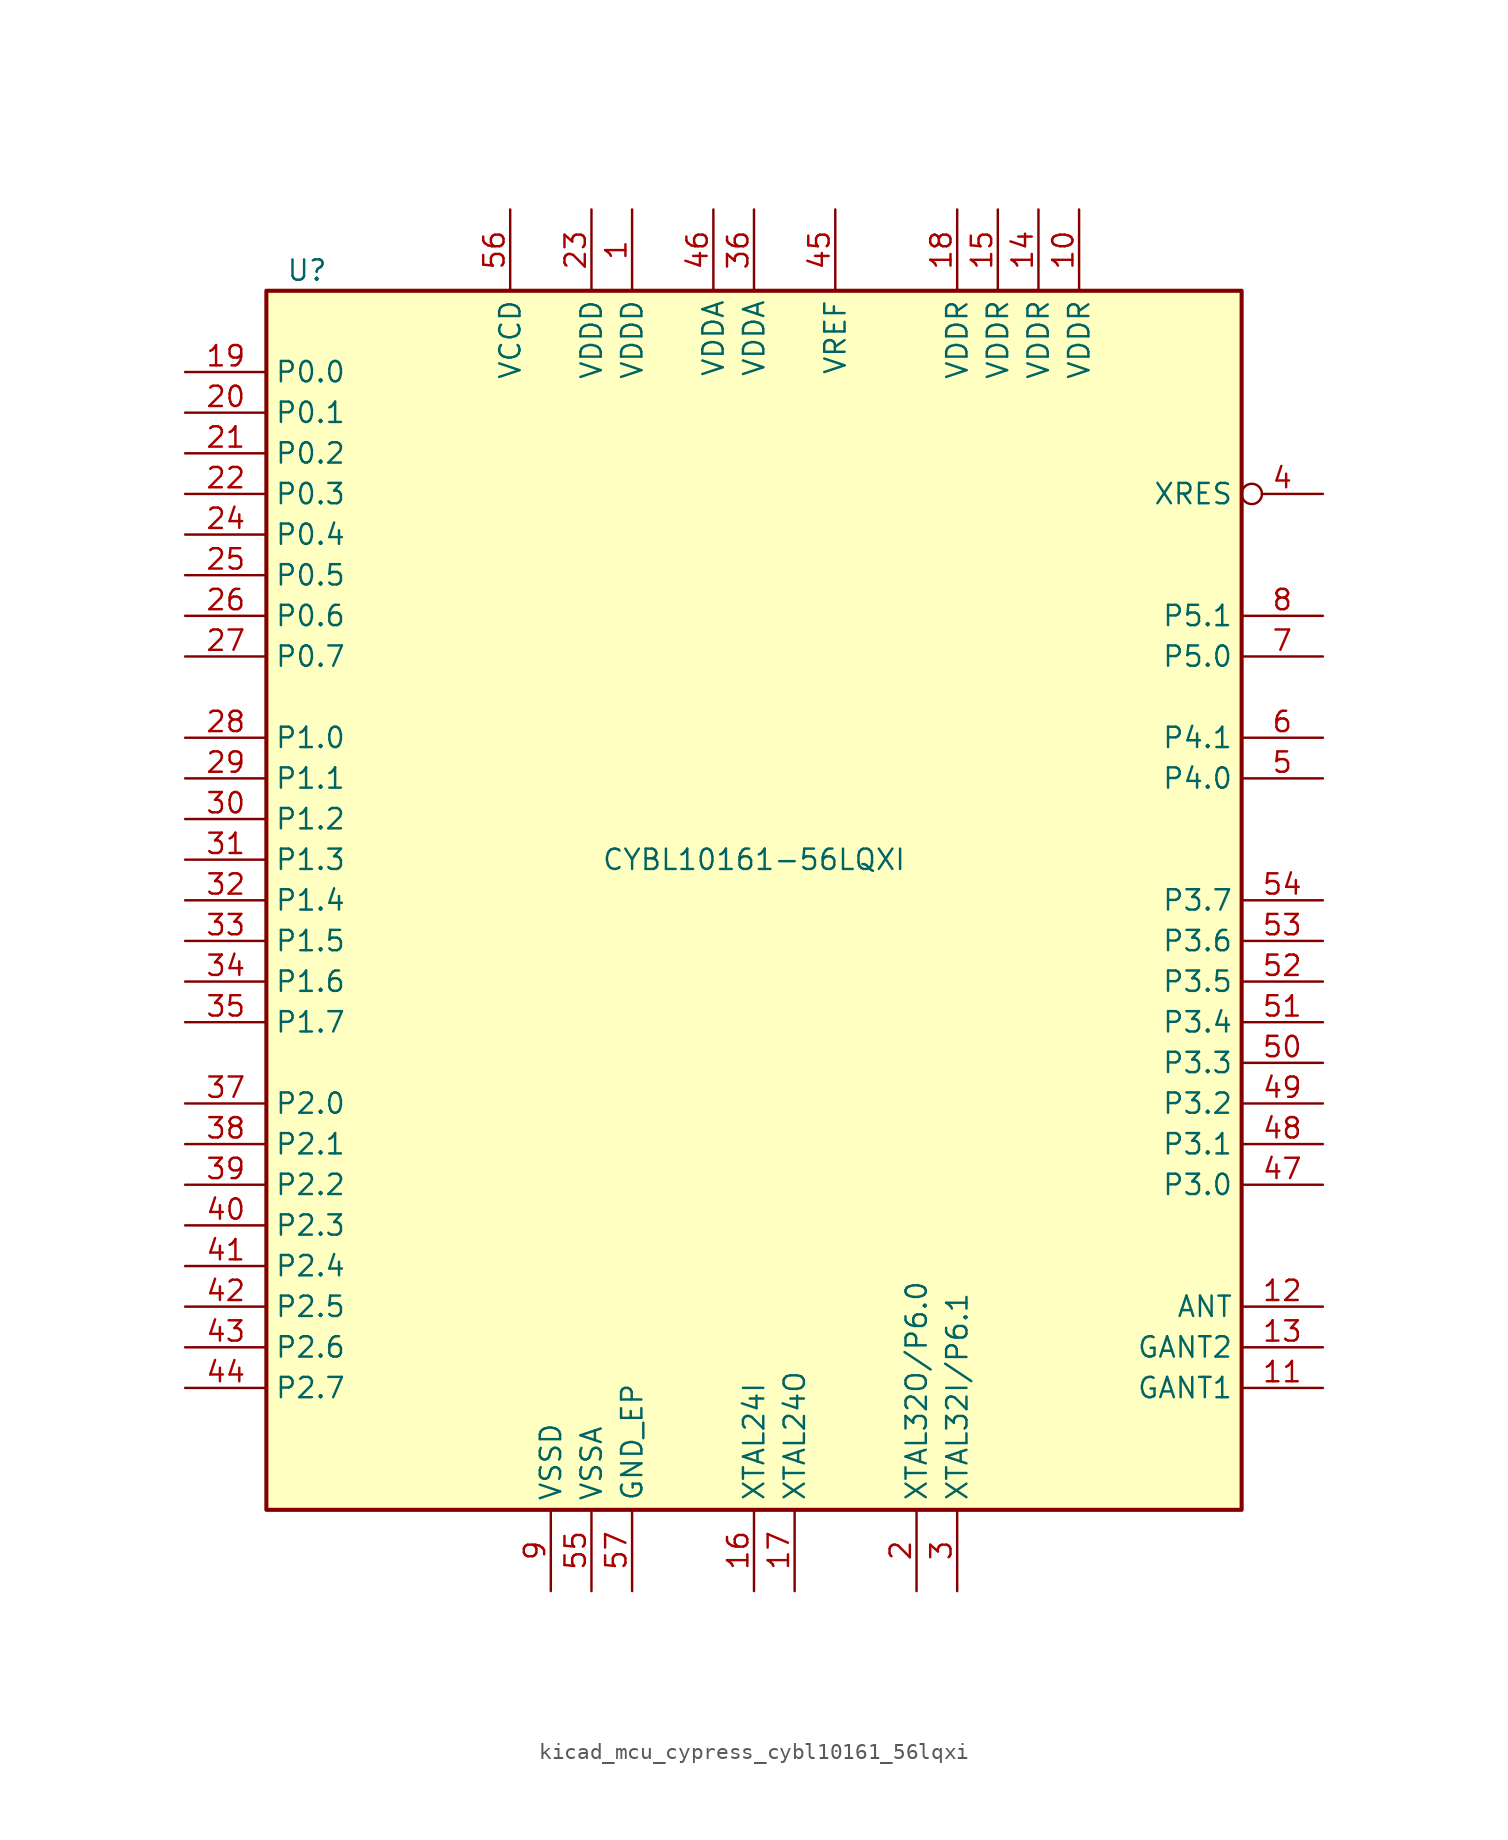
<source format=kicad_sym>
(kicad_symbol_lib
  (version 20220914)
  (generator kicad_symbol_editor)
  (symbol "kicad_mcu_cypress_cybl10161_56lqxi"
    (property "Reference" "U"
      (at -27.94 39.37 0)
      (effects (font (size 1.27 1.27))))
    (property "Value" "CYBL10161-56LQXI"
      (at 0 2.54 0)
      (effects (font (size 1.27 1.27))))
    (symbol "kicad_mcu_cypress_cybl10161_56lqxi_1_0"
      (rectangle (start -30.48 -38.1) (end 30.48 38.1) (stroke (width 0.254) (type default)) (fill (type background))))
    (symbol "kicad_mcu_cypress_cybl10161_56lqxi_1_1"
      (pin power_in line (at -7.62 43.18 270) (length 5.08) (name "VDDD" (effects (font (size 1.27 1.27)))) (number "1" (effects (font (size 1.27 1.27)))))
      (pin power_in line (at 20.32 43.18 270) (length 5.08) (name "VDDR" (effects (font (size 1.27 1.27)))) (number "10" (effects (font (size 1.27 1.27)))))
      (pin power_in line (at 35.56 -30.48 180) (length 5.08) (name "GANT1" (effects (font (size 1.27 1.27)))) (number "11" (effects (font (size 1.27 1.27)))))
      (pin output line (at 35.56 -25.4 180) (length 5.08) (name "ANT" (effects (font (size 1.27 1.27)))) (number "12" (effects (font (size 1.27 1.27)))))
      (pin power_in line (at 35.56 -27.94 180) (length 5.08) (name "GANT2" (effects (font (size 1.27 1.27)))) (number "13" (effects (font (size 1.27 1.27)))))
      (pin power_in line (at 17.78 43.18 270) (length 5.08) (name "VDDR" (effects (font (size 1.27 1.27)))) (number "14" (effects (font (size 1.27 1.27)))))
      (pin power_in line (at 15.24 43.18 270) (length 5.08) (name "VDDR" (effects (font (size 1.27 1.27)))) (number "15" (effects (font (size 1.27 1.27)))))
      (pin input line (at 0 -43.18 90) (length 5.08) (name "XTAL24I" (effects (font (size 1.27 1.27)))) (number "16" (effects (font (size 1.27 1.27)))))
      (pin output line (at 2.54 -43.18 90) (length 5.08) (name "XTAL24O" (effects (font (size 1.27 1.27)))) (number "17" (effects (font (size 1.27 1.27)))))
      (pin power_in line (at 12.7 43.18 270) (length 5.08) (name "VDDR" (effects (font (size 1.27 1.27)))) (number "18" (effects (font (size 1.27 1.27)))))
      (pin bidirectional line (at -35.56 33.02 0) (length 5.08) (name "P0.0" (effects (font (size 1.27 1.27)))) (number "19" (effects (font (size 1.27 1.27)))))
      (pin bidirectional line (at 10.16 -43.18 90) (length 5.08) (name "XTAL32O/P6.0" (effects (font (size 1.27 1.27)))) (number "2" (effects (font (size 1.27 1.27)))))
      (pin bidirectional line (at -35.56 30.48 0) (length 5.08) (name "P0.1" (effects (font (size 1.27 1.27)))) (number "20" (effects (font (size 1.27 1.27)))))
      (pin bidirectional line (at -35.56 27.94 0) (length 5.08) (name "P0.2" (effects (font (size 1.27 1.27)))) (number "21" (effects (font (size 1.27 1.27)))))
      (pin bidirectional line (at -35.56 25.4 0) (length 5.08) (name "P0.3" (effects (font (size 1.27 1.27)))) (number "22" (effects (font (size 1.27 1.27)))))
      (pin power_in line (at -10.16 43.18 270) (length 5.08) (name "VDDD" (effects (font (size 1.27 1.27)))) (number "23" (effects (font (size 1.27 1.27)))))
      (pin bidirectional line (at -35.56 22.86 0) (length 5.08) (name "P0.4" (effects (font (size 1.27 1.27)))) (number "24" (effects (font (size 1.27 1.27)))))
      (pin bidirectional line (at -35.56 20.32 0) (length 5.08) (name "P0.5" (effects (font (size 1.27 1.27)))) (number "25" (effects (font (size 1.27 1.27)))))
      (pin bidirectional line (at -35.56 17.78 0) (length 5.08) (name "P0.6" (effects (font (size 1.27 1.27)))) (number "26" (effects (font (size 1.27 1.27)))))
      (pin bidirectional line (at -35.56 15.24 0) (length 5.08) (name "P0.7" (effects (font (size 1.27 1.27)))) (number "27" (effects (font (size 1.27 1.27)))))
      (pin bidirectional line (at -35.56 10.16 0) (length 5.08) (name "P1.0" (effects (font (size 1.27 1.27)))) (number "28" (effects (font (size 1.27 1.27)))))
      (pin bidirectional line (at -35.56 7.62 0) (length 5.08) (name "P1.1" (effects (font (size 1.27 1.27)))) (number "29" (effects (font (size 1.27 1.27)))))
      (pin bidirectional line (at 12.7 -43.18 90) (length 5.08) (name "XTAL32I/P6.1" (effects (font (size 1.27 1.27)))) (number "3" (effects (font (size 1.27 1.27)))))
      (pin bidirectional line (at -35.56 5.08 0) (length 5.08) (name "P1.2" (effects (font (size 1.27 1.27)))) (number "30" (effects (font (size 1.27 1.27)))))
      (pin bidirectional line (at -35.56 2.54 0) (length 5.08) (name "P1.3" (effects (font (size 1.27 1.27)))) (number "31" (effects (font (size 1.27 1.27)))))
      (pin bidirectional line (at -35.56 0 0) (length 5.08) (name "P1.4" (effects (font (size 1.27 1.27)))) (number "32" (effects (font (size 1.27 1.27)))))
      (pin bidirectional line (at -35.56 -2.54 0) (length 5.08) (name "P1.5" (effects (font (size 1.27 1.27)))) (number "33" (effects (font (size 1.27 1.27)))))
      (pin bidirectional line (at -35.56 -5.08 0) (length 5.08) (name "P1.6" (effects (font (size 1.27 1.27)))) (number "34" (effects (font (size 1.27 1.27)))))
      (pin bidirectional line (at -35.56 -7.62 0) (length 5.08) (name "P1.7" (effects (font (size 1.27 1.27)))) (number "35" (effects (font (size 1.27 1.27)))))
      (pin power_in line (at 0 43.18 270) (length 5.08) (name "VDDA" (effects (font (size 1.27 1.27)))) (number "36" (effects (font (size 1.27 1.27)))))
      (pin bidirectional line (at -35.56 -12.7 0) (length 5.08) (name "P2.0" (effects (font (size 1.27 1.27)))) (number "37" (effects (font (size 1.27 1.27)))))
      (pin bidirectional line (at -35.56 -15.24 0) (length 5.08) (name "P2.1" (effects (font (size 1.27 1.27)))) (number "38" (effects (font (size 1.27 1.27)))))
      (pin bidirectional line (at -35.56 -17.78 0) (length 5.08) (name "P2.2" (effects (font (size 1.27 1.27)))) (number "39" (effects (font (size 1.27 1.27)))))
      (pin input inverted (at 35.56 25.4 180) (length 5.08) (name "XRES" (effects (font (size 1.27 1.27)))) (number "4" (effects (font (size 1.27 1.27)))))
      (pin bidirectional line (at -35.56 -20.32 0) (length 5.08) (name "P2.3" (effects (font (size 1.27 1.27)))) (number "40" (effects (font (size 1.27 1.27)))))
      (pin bidirectional line (at -35.56 -22.86 0) (length 5.08) (name "P2.4" (effects (font (size 1.27 1.27)))) (number "41" (effects (font (size 1.27 1.27)))))
      (pin bidirectional line (at -35.56 -25.4 0) (length 5.08) (name "P2.5" (effects (font (size 1.27 1.27)))) (number "42" (effects (font (size 1.27 1.27)))))
      (pin bidirectional line (at -35.56 -27.94 0) (length 5.08) (name "P2.6" (effects (font (size 1.27 1.27)))) (number "43" (effects (font (size 1.27 1.27)))))
      (pin bidirectional line (at -35.56 -30.48 0) (length 5.08) (name "P2.7" (effects (font (size 1.27 1.27)))) (number "44" (effects (font (size 1.27 1.27)))))
      (pin passive line (at 5.08 43.18 270) (length 5.08) (name "VREF" (effects (font (size 1.27 1.27)))) (number "45" (effects (font (size 1.27 1.27)))))
      (pin power_in line (at -2.54 43.18 270) (length 5.08) (name "VDDA" (effects (font (size 1.27 1.27)))) (number "46" (effects (font (size 1.27 1.27)))))
      (pin bidirectional line (at 35.56 -17.78 180) (length 5.08) (name "P3.0" (effects (font (size 1.27 1.27)))) (number "47" (effects (font (size 1.27 1.27)))))
      (pin bidirectional line (at 35.56 -15.24 180) (length 5.08) (name "P3.1" (effects (font (size 1.27 1.27)))) (number "48" (effects (font (size 1.27 1.27)))))
      (pin bidirectional line (at 35.56 -12.7 180) (length 5.08) (name "P3.2" (effects (font (size 1.27 1.27)))) (number "49" (effects (font (size 1.27 1.27)))))
      (pin bidirectional line (at 35.56 7.62 180) (length 5.08) (name "P4.0" (effects (font (size 1.27 1.27)))) (number "5" (effects (font (size 1.27 1.27)))))
      (pin bidirectional line (at 35.56 -10.16 180) (length 5.08) (name "P3.3" (effects (font (size 1.27 1.27)))) (number "50" (effects (font (size 1.27 1.27)))))
      (pin bidirectional line (at 35.56 -7.62 180) (length 5.08) (name "P3.4" (effects (font (size 1.27 1.27)))) (number "51" (effects (font (size 1.27 1.27)))))
      (pin bidirectional line (at 35.56 -5.08 180) (length 5.08) (name "P3.5" (effects (font (size 1.27 1.27)))) (number "52" (effects (font (size 1.27 1.27)))))
      (pin bidirectional line (at 35.56 -2.54 180) (length 5.08) (name "P3.6" (effects (font (size 1.27 1.27)))) (number "53" (effects (font (size 1.27 1.27)))))
      (pin bidirectional line (at 35.56 0 180) (length 5.08) (name "P3.7" (effects (font (size 1.27 1.27)))) (number "54" (effects (font (size 1.27 1.27)))))
      (pin power_in line (at -10.16 -43.18 90) (length 5.08) (name "VSSA" (effects (font (size 1.27 1.27)))) (number "55" (effects (font (size 1.27 1.27)))))
      (pin power_out line (at -15.24 43.18 270) (length 5.08) (name "VCCD" (effects (font (size 1.27 1.27)))) (number "56" (effects (font (size 1.27 1.27)))))
      (pin power_in line (at -7.62 -43.18 90) (length 5.08) (name "GND_EP" (effects (font (size 1.27 1.27)))) (number "57" (effects (font (size 1.27 1.27)))))
      (pin bidirectional line (at 35.56 10.16 180) (length 5.08) (name "P4.1" (effects (font (size 1.27 1.27)))) (number "6" (effects (font (size 1.27 1.27)))))
      (pin bidirectional line (at 35.56 15.24 180) (length 5.08) (name "P5.0" (effects (font (size 1.27 1.27)))) (number "7" (effects (font (size 1.27 1.27)))))
      (pin bidirectional line (at 35.56 17.78 180) (length 5.08) (name "P5.1" (effects (font (size 1.27 1.27)))) (number "8" (effects (font (size 1.27 1.27)))))
      (pin power_in line (at -12.7 -43.18 90) (length 5.08) (name "VSSD" (effects (font (size 1.27 1.27)))) (number "9" (effects (font (size 1.27 1.27))))))))
</source>
